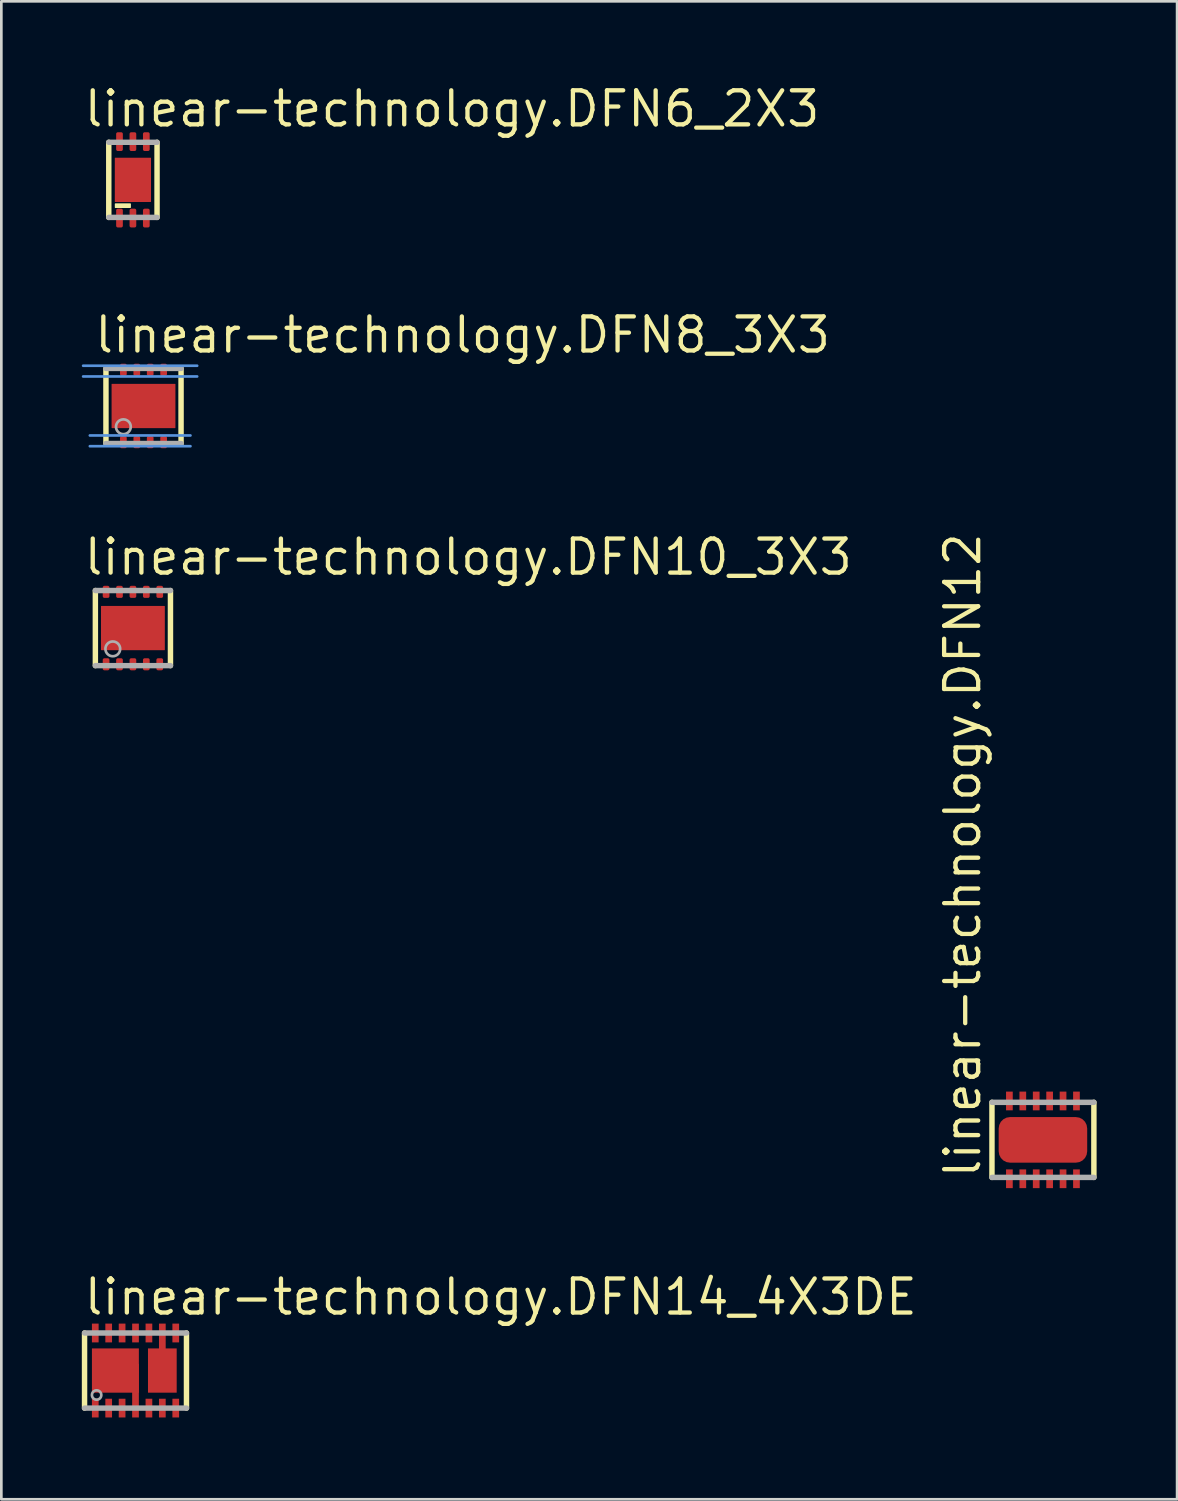
<source format=kicad_pcb>
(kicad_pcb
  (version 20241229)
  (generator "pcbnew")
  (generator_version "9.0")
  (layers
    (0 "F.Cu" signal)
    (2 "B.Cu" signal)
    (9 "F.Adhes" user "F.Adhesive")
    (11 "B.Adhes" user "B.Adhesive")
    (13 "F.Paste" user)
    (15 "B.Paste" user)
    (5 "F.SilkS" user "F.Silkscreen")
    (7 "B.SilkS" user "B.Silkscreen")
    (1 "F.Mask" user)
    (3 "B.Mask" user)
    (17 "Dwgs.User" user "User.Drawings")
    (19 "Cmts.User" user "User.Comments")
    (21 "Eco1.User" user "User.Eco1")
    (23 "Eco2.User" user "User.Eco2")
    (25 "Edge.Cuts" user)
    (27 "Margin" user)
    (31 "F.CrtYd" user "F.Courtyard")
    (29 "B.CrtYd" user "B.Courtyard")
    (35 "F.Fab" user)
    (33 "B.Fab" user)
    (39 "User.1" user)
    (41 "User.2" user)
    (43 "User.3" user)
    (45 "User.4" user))
  (footprint "linear-technology.DFN8_3X3"
    (layer "F.Cu")
    (at 2.3 12.085)
    (property "Reference" "linear-technology.DFN8_3X3" (at -1.905 -1.905 0) (layer "F.SilkS") (effects (font (size 1.27 1.27) (thickness 0.16)) (justify left bottom)))
    (attr smd)
    (fp_rect (start -0.9 -1.1) (end -0.6 -1.6) (stroke (width 0.05) (type default)) (fill yes) (layer "F.Mask"))
    (fp_rect (start -0.9 1.6) (end -0.6 1.1) (stroke (width 0.05) (type default)) (fill yes) (layer "F.Mask"))
    (fp_rect (start -0.4 -1.1) (end -0.1 -1.6) (stroke (width 0.05) (type default)) (fill yes) (layer "F.Mask"))
    (fp_rect (start -0.4 1.6) (end -0.1 1.1) (stroke (width 0.05) (type default)) (fill yes) (layer "F.Mask"))
    (fp_rect (start 0.1 -1.1) (end 0.4 -1.6) (stroke (width 0.05) (type default)) (fill yes) (layer "F.Mask"))
    (fp_rect (start 0.1 1.6) (end 0.4 1.1) (stroke (width 0.05) (type default)) (fill yes) (layer "F.Mask"))
    (fp_rect (start 0.6 -1.1) (end 0.9 -1.6) (stroke (width 0.05) (type default)) (fill yes) (layer "F.Mask"))
    (fp_rect (start 0.6 1.6) (end 0.9 1.1) (stroke (width 0.05) (type default)) (fill yes) (layer "F.Mask"))
    (fp_poly (pts (xy -1.15 -0.775) (xy -1.15 0.615) (xy -0.965 0.775) (xy 1.125 0.775) (xy 1.125 -0.775)) (stroke (width 0.203) (type default)) (fill yes) (layer "F.Mask"))
    (fp_line (start -1.4 1.4) (end -1.4 -1.4) (stroke (width 0.203) (type default)) (layer "F.SilkS"))
    (fp_line (start 1.4 -1.4) (end 1.4 1.4) (stroke (width 0.203) (type default)) (layer "F.SilkS"))
    (fp_rect (start -1.1 0.75) (end 1.125 -0.75) (stroke (width 0.05) (type default)) (fill yes) (layer "F.Paste"))
    (fp_rect (start -0.85 -1.15) (end -0.65 -1.55) (stroke (width 0.05) (type default)) (fill yes) (layer "F.Paste"))
    (fp_rect (start -0.85 1.55) (end -0.65 1.15) (stroke (width 0.05) (type default)) (fill yes) (layer "F.Paste"))
    (fp_rect (start -0.35 -1.15) (end -0.15 -1.55) (stroke (width 0.05) (type default)) (fill yes) (layer "F.Paste"))
    (fp_rect (start -0.35 1.55) (end -0.15 1.15) (stroke (width 0.05) (type default)) (fill yes) (layer "F.Paste"))
    (fp_rect (start 0.15 -1.15) (end 0.35 -1.55) (stroke (width 0.05) (type default)) (fill yes) (layer "F.Paste"))
    (fp_rect (start 0.15 1.55) (end 0.35 1.15) (stroke (width 0.05) (type default)) (fill yes) (layer "F.Paste"))
    (fp_rect (start 0.65 -1.15) (end 0.85 -1.55) (stroke (width 0.05) (type default)) (fill yes) (layer "F.Paste"))
    (fp_rect (start 0.65 1.55) (end 0.85 1.15) (stroke (width 0.05) (type default)) (fill yes) (layer "F.Paste"))
    (fp_line (start -2.25 -1.5) (end 2 -1.5) (stroke (width 0.1) (type default)) (layer "Cmts.User"))
    (fp_line (start -2.25 -1.1) (end 2 -1.1) (stroke (width 0.1) (type default)) (layer "Cmts.User"))
    (fp_line (start 1.75 1.1) (end -2 1.1) (stroke (width 0.1) (type default)) (layer "Cmts.User"))
    (fp_line (start 1.75 1.5) (end -2 1.5) (stroke (width 0.1) (type default)) (layer "Cmts.User"))
    (fp_line (start -1.4 -1.4) (end 1.4 -1.4) (stroke (width 0.203) (type default)) (layer "F.Fab"))
    (fp_line (start 1.4 1.4) (end -1.4 1.4) (stroke (width 0.203) (type default)) (layer "F.Fab"))
    (fp_circle (center -0.75 0.775) (end -0.475 0.775) (stroke (width 0.1) (type default)) (fill no) (layer "F.Fab"))
    (pad "1" smd roundrect (at -0.75 1.35) (size 0.25 0.45) (layers "F.Cu" "F.Mask" "F.Paste") (roundrect_rratio 0.25))
    (pad "2" smd roundrect (at -0.25 1.35) (size 0.25 0.45) (layers "F.Cu" "F.Mask" "F.Paste") (roundrect_rratio 0.25))
    (pad "3" smd roundrect (at 0.25 1.35) (size 0.25 0.45) (layers "F.Cu" "F.Mask" "F.Paste") (roundrect_rratio 0.25))
    (pad "4" smd roundrect (at 0.75 1.35) (size 0.25 0.45) (layers "F.Cu" "F.Mask" "F.Paste") (roundrect_rratio 0.25))
    (pad "5" smd roundrect (at 0.75 -1.35 180) (size 0.25 0.45) (layers "F.Cu" "F.Mask" "F.Paste") (roundrect_rratio 0.25))
    (pad "6" smd roundrect (at 0.25 -1.35) (size 0.25 0.45) (layers "F.Cu" "F.Mask" "F.Paste") (roundrect_rratio 0.25))
    (pad "7" smd roundrect (at -0.25 -1.35) (size 0.25 0.45) (layers "F.Cu" "F.Mask" "F.Paste") (roundrect_rratio 0.25))
    (pad "8" smd roundrect (at -0.75 -1.35) (size 0.25 0.45) (layers "F.Cu" "F.Mask" "F.Paste") (roundrect_rratio 0.25))
    (pad "EXP" smd roundrect (at 0 0) (size 2.38 1.65) (layers "F.Cu" "F.Mask" "F.Paste") (roundrect_rratio 0.01)))
  (footprint "linear-technology.DFN14_4X3DE"
    (layer "F.Cu")
    (at 2.002 48.045)
    (property "Reference" "linear-technology.DFN14_4X3DE" (at -2 -2 0) (layer "F.SilkS") (effects (font (size 1.27 1.27) (thickness 0.16)) (justify left bottom)))
    (attr smd)
    (fp_rect (start -1.65 -1.025) (end -1.35 -1.775) (stroke (width 0.05) (type default)) (fill yes) (layer "F.Mask"))
    (fp_rect (start -1.65 1.775) (end -1.35 1.025) (stroke (width 0.05) (type default)) (fill yes) (layer "F.Mask"))
    (fp_rect (start -1.625 0.825) (end 0.125 -0.825) (stroke (width 0.05) (type default)) (fill yes) (layer "F.Mask"))
    (fp_rect (start -1.15 -1.025) (end -0.85 -1.775) (stroke (width 0.05) (type default)) (fill yes) (layer "F.Mask"))
    (fp_rect (start -1.15 1.775) (end -0.85 1.025) (stroke (width 0.05) (type default)) (fill yes) (layer "F.Mask"))
    (fp_rect (start -0.65 -1.025) (end -0.35 -1.775) (stroke (width 0.05) (type default)) (fill yes) (layer "F.Mask"))
    (fp_rect (start -0.65 1.775) (end -0.35 1.025) (stroke (width 0.05) (type default)) (fill yes) (layer "F.Mask"))
    (fp_rect (start -0.15 -1.025) (end 0.15 -1.775) (stroke (width 0.05) (type default)) (fill yes) (layer "F.Mask"))
    (fp_rect (start -0.15 1.775) (end 0.15 1.025) (stroke (width 0.05) (type default)) (fill yes) (layer "F.Mask"))
    (fp_rect (start 0.35 -1.025) (end 0.65 -1.775) (stroke (width 0.05) (type default)) (fill yes) (layer "F.Mask"))
    (fp_rect (start 0.35 1.775) (end 0.65 1.025) (stroke (width 0.05) (type default)) (fill yes) (layer "F.Mask"))
    (fp_rect (start 0.45 0.825) (end 1.55 -0.825) (stroke (width 0.05) (type default)) (fill yes) (layer "F.Mask"))
    (fp_rect (start 0.85 -1.025) (end 1.15 -1.775) (stroke (width 0.05) (type default)) (fill yes) (layer "F.Mask"))
    (fp_rect (start 0.85 1.775) (end 1.15 1.025) (stroke (width 0.05) (type default)) (fill yes) (layer "F.Mask"))
    (fp_rect (start 1.35 -1.025) (end 1.65 -1.775) (stroke (width 0.05) (type default)) (fill yes) (layer "F.Mask"))
    (fp_rect (start 1.35 1.775) (end 1.65 1.025) (stroke (width 0.05) (type default)) (fill yes) (layer "F.Mask"))
    (fp_line (start -1.9 1.4) (end -1.9 -1.4) (stroke (width 0.203) (type default)) (layer "F.SilkS"))
    (fp_line (start 1.9 -1.4) (end 1.9 1.4) (stroke (width 0.203) (type default)) (layer "F.SilkS"))
    (fp_rect (start -1.6 -1.075) (end -1.4 -1.725) (stroke (width 0.05) (type default)) (fill yes) (layer "F.Paste"))
    (fp_rect (start -1.6 1.725) (end -1.4 1.075) (stroke (width 0.05) (type default)) (fill yes) (layer "F.Paste"))
    (fp_rect (start -1.55 0.75) (end 0.05 -0.75) (stroke (width 0.05) (type default)) (fill yes) (layer "F.Paste"))
    (fp_rect (start -1.1 -1.075) (end -0.9 -1.725) (stroke (width 0.05) (type default)) (fill yes) (layer "F.Paste"))
    (fp_rect (start -1.1 1.725) (end -0.9 1.075) (stroke (width 0.05) (type default)) (fill yes) (layer "F.Paste"))
    (fp_rect (start -0.6 -1.075) (end -0.4 -1.725) (stroke (width 0.05) (type default)) (fill yes) (layer "F.Paste"))
    (fp_rect (start -0.6 1.725) (end -0.4 1.075) (stroke (width 0.05) (type default)) (fill yes) (layer "F.Paste"))
    (fp_rect (start -0.1 -1.075) (end 0.1 -1.725) (stroke (width 0.05) (type default)) (fill yes) (layer "F.Paste"))
    (fp_rect (start -0.1 1.725) (end 0.1 1.075) (stroke (width 0.05) (type default)) (fill yes) (layer "F.Paste"))
    (fp_rect (start 0.4 -1.075) (end 0.6 -1.725) (stroke (width 0.05) (type default)) (fill yes) (layer "F.Paste"))
    (fp_rect (start 0.4 1.725) (end 0.6 1.075) (stroke (width 0.05) (type default)) (fill yes) (layer "F.Paste"))
    (fp_rect (start 0.525 0.75) (end 1.475 -0.75) (stroke (width 0.05) (type default)) (fill yes) (layer "F.Paste"))
    (fp_rect (start 0.9 -1.075) (end 1.1 -1.725) (stroke (width 0.05) (type default)) (fill yes) (layer "F.Paste"))
    (fp_rect (start 0.9 1.725) (end 1.1 1.075) (stroke (width 0.05) (type default)) (fill yes) (layer "F.Paste"))
    (fp_rect (start 1.4 -1.075) (end 1.6 -1.725) (stroke (width 0.05) (type default)) (fill yes) (layer "F.Paste"))
    (fp_rect (start 1.4 1.725) (end 1.6 1.075) (stroke (width 0.05) (type default)) (fill yes) (layer "F.Paste"))
    (fp_line (start -1.9 -1.4) (end 1.9 -1.4) (stroke (width 0.203) (type default)) (layer "F.Fab"))
    (fp_line (start 1.9 1.4) (end -1.9 1.4) (stroke (width 0.203) (type default)) (layer "F.Fab"))
    (fp_circle (center -1.45 0.912) (end -1.275 0.912) (stroke (width 0.1) (type default)) (fill no) (layer "F.Fab"))
    (pad "1" smd roundrect (at -1.5 1.4) (size 0.25 0.7) (layers "F.Cu" "F.Mask" "F.Paste") (roundrect_rratio 0.01))
    (pad "2" smd roundrect (at -1 1.4) (size 0.25 0.7) (layers "F.Cu" "F.Mask" "F.Paste") (roundrect_rratio 0.01))
    (pad "3" smd roundrect (at -0.5 1.4) (size 0.25 0.7) (layers "F.Cu" "F.Mask" "F.Paste") (roundrect_rratio 0.01))
    (pad "4" smd roundrect (at 0 0.75) (size 0.25 2) (layers "F.Cu" "F.Mask" "F.Paste") (roundrect_rratio 0.01))
    (pad "4@1" smd rect (at -0.75 0) (size 1.75 1.65) (layers "F.Cu" "F.Mask" "F.Paste"))
    (pad "5" smd roundrect (at 0.5 1.4) (size 0.25 0.7) (layers "F.Cu" "F.Mask" "F.Paste") (roundrect_rratio 0.01))
    (pad "6" smd roundrect (at 1 1.4) (size 0.25 0.7) (layers "F.Cu" "F.Mask" "F.Paste") (roundrect_rratio 0.01))
    (pad "7" smd roundrect (at 1.5 1.4) (size 0.25 0.7) (layers "F.Cu" "F.Mask" "F.Paste") (roundrect_rratio 0.01))
    (pad "8" smd roundrect (at 1.5 -1.4 180) (size 0.25 0.7) (layers "F.Cu" "F.Mask" "F.Paste") (roundrect_rratio 0.01))
    (pad "9" smd roundrect (at 1 -0.75 180) (size 0.25 2) (layers "F.Cu" "F.Mask" "F.Paste") (roundrect_rratio 0.01))
    (pad "9@2" smd rect (at 1 0) (size 1.07 1.65) (layers "F.Cu" "F.Mask" "F.Paste"))
    (pad "10" smd roundrect (at 0.5 -1.4 180) (size 0.25 0.7) (layers "F.Cu" "F.Mask" "F.Paste") (roundrect_rratio 0.01))
    (pad "11" smd roundrect (at 0 -1.4 180) (size 0.25 0.7) (layers "F.Cu" "F.Mask" "F.Paste") (roundrect_rratio 0.01))
    (pad "12" smd roundrect (at -0.5 -1.4 180) (size 0.25 0.7) (layers "F.Cu" "F.Mask" "F.Paste") (roundrect_rratio 0.01))
    (pad "13" smd roundrect (at -1 -1.4 180) (size 0.25 0.7) (layers "F.Cu" "F.Mask" "F.Paste") (roundrect_rratio 0.01))
    (pad "14" smd roundrect (at -1.5 -1.4 180) (size 0.25 0.7) (layers "F.Cu" "F.Mask" "F.Paste") (roundrect_rratio 0.01)))
  (footprint "linear-technology.DFN12"
    (layer "F.Cu")
    (at 35.831 39.445)
    (property "Reference" "linear-technology.DFN12" (at -2.25 1.5 90) (layer "F.SilkS") (effects (font (size 1.27 1.27) (thickness 0.16)) (justify left bottom)))
    (attr smd)
    (fp_rect (start -1.4 -1.075) (end -1.1 -1.825) (stroke (width 0.05) (type default)) (fill yes) (layer "F.Mask"))
    (fp_rect (start -1.4 1.825) (end -1.1 1.075) (stroke (width 0.05) (type default)) (fill yes) (layer "F.Mask"))
    (fp_rect (start -0.9 -1.075) (end -0.6 -1.825) (stroke (width 0.05) (type default)) (fill yes) (layer "F.Mask"))
    (fp_rect (start -0.9 1.825) (end -0.6 1.075) (stroke (width 0.05) (type default)) (fill yes) (layer "F.Mask"))
    (fp_rect (start -0.4 -1.075) (end -0.1 -1.825) (stroke (width 0.05) (type default)) (fill yes) (layer "F.Mask"))
    (fp_rect (start -0.4 1.825) (end -0.1 1.075) (stroke (width 0.05) (type default)) (fill yes) (layer "F.Mask"))
    (fp_rect (start 0.1 -1.075) (end 0.4 -1.825) (stroke (width 0.05) (type default)) (fill yes) (layer "F.Mask"))
    (fp_rect (start 0.1 1.825) (end 0.4 1.075) (stroke (width 0.05) (type default)) (fill yes) (layer "F.Mask"))
    (fp_rect (start 0.6 -1.075) (end 0.9 -1.825) (stroke (width 0.05) (type default)) (fill yes) (layer "F.Mask"))
    (fp_rect (start 0.6 1.825) (end 0.9 1.075) (stroke (width 0.05) (type default)) (fill yes) (layer "F.Mask"))
    (fp_rect (start 1.1 -1.075) (end 1.4 -1.825) (stroke (width 0.05) (type default)) (fill yes) (layer "F.Mask"))
    (fp_rect (start 1.1 1.825) (end 1.4 1.075) (stroke (width 0.05) (type default)) (fill yes) (layer "F.Mask"))
    (fp_poly (pts (xy -1.575 0.6) (xy -1.575 -0.625) (xy -1.45 -0.775) (xy 1.45 -0.775) (xy 1.575 -0.65) (xy 1.575 0.65) (xy 1.45 0.775) (xy -1.4 0.775)) (stroke (width 0.203) (type default)) (fill yes) (layer "F.Mask"))
    (fp_line (start -1.9 1.4) (end -1.9 -1.4) (stroke (width 0.203) (type default)) (layer "F.SilkS"))
    (fp_line (start 1.9 -1.4) (end 1.9 1.4) (stroke (width 0.203) (type default)) (layer "F.SilkS"))
    (fp_rect (start -1.35 -1.125) (end -1.15 -1.775) (stroke (width 0.05) (type default)) (fill yes) (layer "F.Paste"))
    (fp_rect (start -1.35 1.775) (end -1.15 1.125) (stroke (width 0.05) (type default)) (fill yes) (layer "F.Paste"))
    (fp_rect (start -0.85 -1.125) (end -0.65 -1.775) (stroke (width 0.05) (type default)) (fill yes) (layer "F.Paste"))
    (fp_rect (start -0.85 1.775) (end -0.65 1.125) (stroke (width 0.05) (type default)) (fill yes) (layer "F.Paste"))
    (fp_rect (start -0.35 -1.125) (end -0.15 -1.775) (stroke (width 0.05) (type default)) (fill yes) (layer "F.Paste"))
    (fp_rect (start -0.35 1.775) (end -0.15 1.125) (stroke (width 0.05) (type default)) (fill yes) (layer "F.Paste"))
    (fp_rect (start 0.15 -1.125) (end 0.35 -1.775) (stroke (width 0.05) (type default)) (fill yes) (layer "F.Paste"))
    (fp_rect (start 0.15 1.775) (end 0.35 1.125) (stroke (width 0.05) (type default)) (fill yes) (layer "F.Paste"))
    (fp_rect (start 0.65 -1.125) (end 0.85 -1.775) (stroke (width 0.05) (type default)) (fill yes) (layer "F.Paste"))
    (fp_rect (start 0.65 1.775) (end 0.85 1.125) (stroke (width 0.05) (type default)) (fill yes) (layer "F.Paste"))
    (fp_rect (start 1.15 -1.125) (end 1.35 -1.775) (stroke (width 0.05) (type default)) (fill yes) (layer "F.Paste"))
    (fp_rect (start 1.15 1.775) (end 1.35 1.125) (stroke (width 0.05) (type default)) (fill yes) (layer "F.Paste"))
    (fp_poly (pts (xy -1.5 0.525) (xy -1.5 -0.55) (xy -1.375 -0.7) (xy 1.375 -0.7) (xy 1.5 -0.575) (xy 1.5 0.575) (xy 1.375 0.7) (xy -1.325 0.7)) (stroke (width 0.203) (type default)) (fill yes) (layer "F.Paste"))
    (fp_line (start -1.9 -1.4) (end 1.9 -1.4) (stroke (width 0.203) (type default)) (layer "F.Fab"))
    (fp_line (start 1.9 1.4) (end -1.9 1.4) (stroke (width 0.203) (type default)) (layer "F.Fab"))
    (pad "1" smd roundrect (at -1.25 1.45) (size 0.25 0.7) (layers "F.Cu" "F.Mask" "F.Paste") (roundrect_rratio 0.01))
    (pad "2" smd roundrect (at -0.75 1.45) (size 0.25 0.7) (layers "F.Cu" "F.Mask" "F.Paste") (roundrect_rratio 0.01))
    (pad "3" smd roundrect (at -0.25 1.45) (size 0.25 0.7) (layers "F.Cu" "F.Mask" "F.Paste") (roundrect_rratio 0.01))
    (pad "4" smd roundrect (at 0.25 1.45) (size 0.25 0.7) (layers "F.Cu" "F.Mask" "F.Paste") (roundrect_rratio 0.01))
    (pad "5" smd roundrect (at 0.75 1.45) (size 0.25 0.7) (layers "F.Cu" "F.Mask" "F.Paste") (roundrect_rratio 0.01))
    (pad "6" smd roundrect (at 1.25 1.45) (size 0.25 0.7) (layers "F.Cu" "F.Mask" "F.Paste") (roundrect_rratio 0.01))
    (pad "7" smd roundrect (at 1.25 -1.45 180) (size 0.25 0.7) (layers "F.Cu" "F.Mask" "F.Paste") (roundrect_rratio 0.01))
    (pad "8" smd roundrect (at 0.75 -1.45 180) (size 0.25 0.7) (layers "F.Cu" "F.Mask" "F.Paste") (roundrect_rratio 0.01))
    (pad "9" smd roundrect (at 0.25 -1.45 180) (size 0.25 0.7) (layers "F.Cu" "F.Mask" "F.Paste") (roundrect_rratio 0.01))
    (pad "10" smd roundrect (at -0.25 -1.45 180) (size 0.25 0.7) (layers "F.Cu" "F.Mask" "F.Paste") (roundrect_rratio 0.01))
    (pad "11" smd roundrect (at -0.75 -1.45 180) (size 0.25 0.7) (layers "F.Cu" "F.Mask" "F.Paste") (roundrect_rratio 0.01))
    (pad "12" smd roundrect (at -1.25 -1.45 180) (size 0.25 0.7) (layers "F.Cu" "F.Mask" "F.Paste") (roundrect_rratio 0.01))
    (pad "EXP" smd roundrect (at 0 0) (size 3.3 1.7) (layers "F.Cu" "F.Mask" "F.Paste") (roundrect_rratio 0.25)))
  (footprint "linear-technology.DFN10_3X3"
    (layer "F.Cu")
    (at 1.905 20.365)
    (property "Reference" "linear-technology.DFN10_3X3" (at -1.905 -1.905 0) (layer "F.SilkS") (effects (font (size 1.27 1.27) (thickness 0.16)) (justify left bottom)))
    (attr smd)
    (fp_line (start -1.4 1.4) (end -1.4 -1.4) (stroke (width 0.203) (type default)) (layer "F.SilkS"))
    (fp_line (start 1.4 -1.4) (end 1.4 1.4) (stroke (width 0.203) (type default)) (layer "F.SilkS"))
    (fp_line (start -1.4 -1.4) (end 1.4 -1.4) (stroke (width 0.203) (type default)) (layer "F.Fab"))
    (fp_line (start 1.4 1.4) (end -1.4 1.4) (stroke (width 0.203) (type default)) (layer "F.Fab"))
    (fp_circle (center -0.75 0.775) (end -0.475 0.775) (stroke (width 0.1) (type default)) (fill no) (layer "F.Fab"))
    (pad "1" smd roundrect (at -1 1.35) (size 0.25 0.45) (layers "F.Cu" "F.Mask" "F.Paste") (roundrect_rratio 0.25))
    (pad "2" smd roundrect (at -0.5 1.35) (size 0.25 0.45) (layers "F.Cu" "F.Mask" "F.Paste") (roundrect_rratio 0.25))
    (pad "3" smd roundrect (at 0 1.35) (size 0.25 0.45) (layers "F.Cu" "F.Mask" "F.Paste") (roundrect_rratio 0.25))
    (pad "4" smd roundrect (at 0.5 1.35) (size 0.25 0.45) (layers "F.Cu" "F.Mask" "F.Paste") (roundrect_rratio 0.25))
    (pad "5" smd roundrect (at 1 1.35) (size 0.25 0.45) (layers "F.Cu" "F.Mask" "F.Paste") (roundrect_rratio 0.25))
    (pad "6" smd roundrect (at 1 -1.35) (size 0.25 0.45) (layers "F.Cu" "F.Mask" "F.Paste") (roundrect_rratio 0.25))
    (pad "7" smd roundrect (at 0.5 -1.35) (size 0.25 0.45) (layers "F.Cu" "F.Mask" "F.Paste") (roundrect_rratio 0.25))
    (pad "8" smd roundrect (at 0 -1.35) (size 0.25 0.45) (layers "F.Cu" "F.Mask" "F.Paste") (roundrect_rratio 0.25))
    (pad "9" smd roundrect (at -0.5 -1.35) (size 0.25 0.45) (layers "F.Cu" "F.Mask" "F.Paste") (roundrect_rratio 0.25))
    (pad "10" smd roundrect (at -1 -1.35) (size 0.25 0.45) (layers "F.Cu" "F.Mask" "F.Paste") (roundrect_rratio 0.25))
    (pad "EXP" smd roundrect (at 0 0) (size 2.38 1.65) (layers "F.Cu" "F.Mask" "F.Paste") (roundrect_rratio 0.01)))
  (footprint "linear-technology.DFN6_2X3"
    (layer "F.Cu")
    (at 1.905 3.655)
    (property "Reference" "linear-technology.DFN6_2X3" (at -1.905 -1.905 0) (layer "F.SilkS") (effects (font (size 1.27 1.27) (thickness 0.16)) (justify left bottom)))
    (attr smd)
    (fp_line (start -0.9 1.4) (end -0.9 -1.4) (stroke (width 0.203) (type default)) (layer "F.SilkS"))
    (fp_line (start 0.9 -1.4) (end 0.9 1.4) (stroke (width 0.203) (type default)) (layer "F.SilkS"))
    (fp_rect (start -0.65 1.025) (end -0.1 0.9) (stroke (width 0.05) (type default)) (fill yes) (layer "F.SilkS"))
    (fp_line (start -0.9 -1.4) (end 0.9 -1.4) (stroke (width 0.203) (type default)) (layer "F.Fab"))
    (fp_line (start 0.9 1.4) (end -0.9 1.4) (stroke (width 0.203) (type default)) (layer "F.Fab"))
    (pad "1" smd roundrect (at -0.5 1.425) (size 0.25 0.7) (layers "F.Cu" "F.Mask" "F.Paste") (roundrect_rratio 0.25))
    (pad "2" smd roundrect (at 0 1.425) (size 0.25 0.7) (layers "F.Cu" "F.Mask" "F.Paste") (roundrect_rratio 0.25))
    (pad "3" smd roundrect (at 0.5 1.425) (size 0.25 0.7) (layers "F.Cu" "F.Mask" "F.Paste") (roundrect_rratio 0.25))
    (pad "4" smd roundrect (at 0.5 -1.425 180) (size 0.25 0.7) (layers "F.Cu" "F.Mask" "F.Paste") (roundrect_rratio 0.25))
    (pad "5" smd roundrect (at 0 -1.425 180) (size 0.25 0.7) (layers "F.Cu" "F.Mask" "F.Paste") (roundrect_rratio 0.25))
    (pad "6" smd roundrect (at -0.5 -1.425 180) (size 0.25 0.7) (layers "F.Cu" "F.Mask" "F.Paste") (roundrect_rratio 0.25))
    (pad "EXP" smd roundrect (at 0 0) (size 1.35 1.65) (layers "F.Cu" "F.Mask" "F.Paste") (roundrect_rratio 0.01)))
  (gr_rect
    (start -3 -3)
    (end 40.833 52.845)
    (stroke (width 0.1) (type default))
    (fill no)
    (layer "Edge.Cuts")))
</source>
